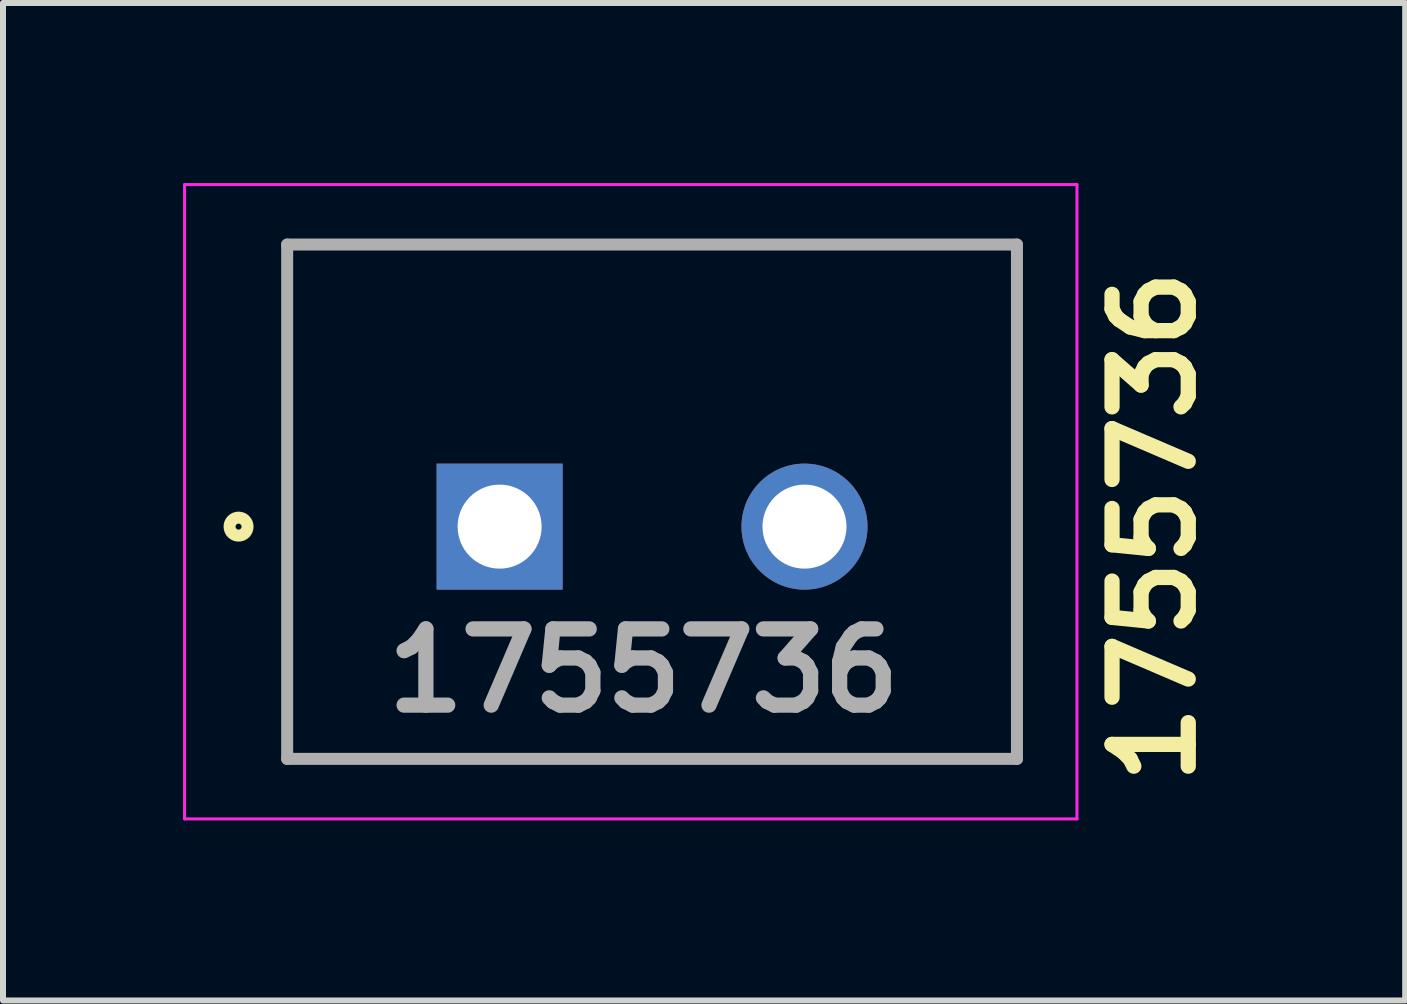
<source format=kicad_pcb>
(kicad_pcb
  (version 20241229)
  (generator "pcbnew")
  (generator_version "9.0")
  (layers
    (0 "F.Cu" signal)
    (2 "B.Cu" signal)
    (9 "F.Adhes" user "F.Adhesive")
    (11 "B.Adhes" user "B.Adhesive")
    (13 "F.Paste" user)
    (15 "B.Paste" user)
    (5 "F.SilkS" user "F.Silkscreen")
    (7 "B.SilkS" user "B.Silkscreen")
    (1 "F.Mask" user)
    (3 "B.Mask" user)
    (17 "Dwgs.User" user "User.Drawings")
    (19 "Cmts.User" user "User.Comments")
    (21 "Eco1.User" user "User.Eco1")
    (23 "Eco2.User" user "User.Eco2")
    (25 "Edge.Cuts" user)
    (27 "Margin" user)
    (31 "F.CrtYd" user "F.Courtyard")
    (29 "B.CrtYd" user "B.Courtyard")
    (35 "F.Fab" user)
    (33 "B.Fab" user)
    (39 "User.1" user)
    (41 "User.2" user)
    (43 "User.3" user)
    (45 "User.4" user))
  (footprint "1755736"
    (layer "F.Cu")
    (at 5.275 5.725)
    (property "Reference" "1755736" (at 10.9 0 270) (layer "F.SilkS") (effects (font (size 1.27 1.27) (thickness 0.254))))
    (attr through_hole)
    (fp_line (start -3.54 -4.7) (end 8.62 -4.7) (stroke (width 0.1) (type solid)) (layer "F.SilkS"))
    (fp_line (start -3.54 3.87) (end -3.54 -4.7) (stroke (width 0.1) (type solid)) (layer "F.SilkS"))
    (fp_line (start 8.62 -4.7) (end 8.62 3.87) (stroke (width 0.1) (type solid)) (layer "F.SilkS"))
    (fp_line (start 8.62 3.87) (end -3.54 3.87) (stroke (width 0.1) (type solid)) (layer "F.SilkS"))
    (fp_circle (center -4.35 0) (end -4.35 0.05) (stroke (width 0.2) (type solid)) (fill no) (layer "F.SilkS"))
    (fp_line (start -5.25 -5.7) (end 9.62 -5.7) (stroke (width 0.05) (type solid)) (layer "F.CrtYd"))
    (fp_line (start -5.25 4.87) (end -5.25 -5.7) (stroke (width 0.05) (type solid)) (layer "F.CrtYd"))
    (fp_line (start 9.62 -5.7) (end 9.62 4.87) (stroke (width 0.05) (type solid)) (layer "F.CrtYd"))
    (fp_line (start 9.62 4.87) (end -5.25 4.87) (stroke (width 0.05) (type solid)) (layer "F.CrtYd"))
    (fp_line (start -3.54 -4.7) (end 8.62 -4.7) (stroke (width 0.2) (type solid)) (layer "F.Fab"))
    (fp_line (start -3.54 3.87) (end -3.54 -4.7) (stroke (width 0.2) (type solid)) (layer "F.Fab"))
    (fp_line (start 8.62 -4.7) (end 8.62 3.87) (stroke (width 0.2) (type solid)) (layer "F.Fab"))
    (fp_line (start 8.62 3.87) (end -3.54 3.87) (stroke (width 0.2) (type solid)) (layer "F.Fab"))
    (fp_text user "${REFERENCE}" (at 2.4 2.4 0) (layer "F.Fab") (effects (font (size 1.27 1.27) (thickness 0.254))))
    (pad "1" thru_hole rect (at 0 0) (size 2.1 2.1) (drill 1.4) (layers "*.Cu" "*.Mask"))
    (pad "2" thru_hole circle (at 5.08 0) (size 2.1 2.1) (drill 1.4) (layers "*.Cu" "*.Mask")))
  (gr_rect
    (start -3 -3)
    (end 20.364 13.62)
    (stroke (width 0.1) (type default))
    (fill no)
    (layer "Edge.Cuts")))
</source>
